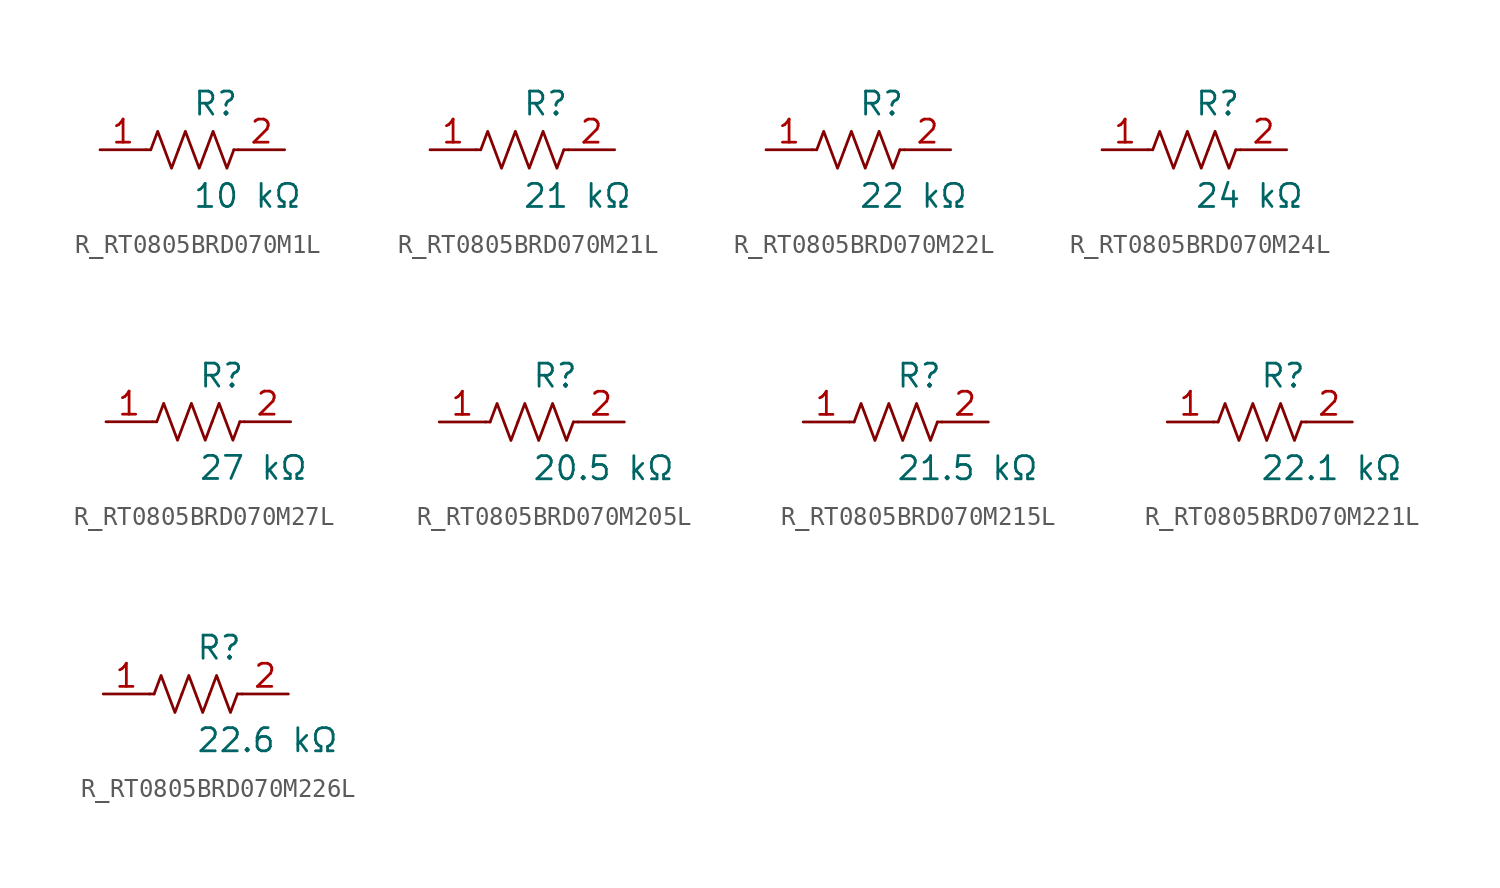
<source format=kicad_sym>
(kicad_symbol_lib
  (version 20231120)
  (generator kicad_symbol_editor)
  (generator_version 8.0)
  (symbol "R_RT0805BRD070M1L"
    (pin_names
      (offset 0.254))
    (property "Reference" "R"
      (at 0.0 2.54 0)
      (effects (font (size 1.27 1.27)) (justify left)))
    (property "Value" "10 kΩ"
      (at 0.0 -2.54 0)
      (effects (font (size 1.27 1.27)) (justify left)))
    (symbol "R_RT0805BRD070M1L_0_1"
      (polyline (pts (xy 2.286 0) (xy 2.54 0)) (stroke (width 0) (type default)) (fill (type none)))
      (polyline (pts (xy -2.286 0) (xy -2.54 0)) (stroke (width 0) (type default)) (fill (type none)))
      (polyline (pts (xy 0.762 0) (xy 1.143 1.016) (xy 1.524 0) (xy 1.905 -1.016) (xy 2.286 0)) (stroke (width 0) (type default)) (fill (type none)))
      (polyline (pts (xy -0.762 0) (xy -0.381 1.016) (xy 0 0) (xy 0.381 -1.016) (xy 0.762 0)) (stroke (width 0) (type default)) (fill (type none)))
      (polyline (pts (xy -2.286 0) (xy -1.905 1.016) (xy -1.524 0) (xy -1.143 -1.016) (xy -0.762 0)) (stroke (width 0) (type default)) (fill (type none))))
    (pin unspecified line
      (at -5.08 0 0)
      (length 2.54)
      (name "" (effects (font (size 1.27 1.27))))
      (number "1" (effects (font (size 1.27 1.27)))))
    (pin unspecified line
      (at 5.08 0 180)
      (length 2.54)
      (name "" (effects (font (size 1.27 1.27))))
      (number "2" (effects (font (size 1.27 1.27))))))
  (symbol "R_RT0805BRD070M21L"
    (pin_names
      (offset 0.254))
    (property "Reference" "R"
      (at 0.0 2.54 0)
      (effects (font (size 1.27 1.27)) (justify left)))
    (property "Value" "21 kΩ"
      (at 0.0 -2.54 0)
      (effects (font (size 1.27 1.27)) (justify left)))
    (symbol "R_RT0805BRD070M21L_0_1"
      (polyline (pts (xy 2.286 0) (xy 2.54 0)) (stroke (width 0) (type default)) (fill (type none)))
      (polyline (pts (xy -2.286 0) (xy -2.54 0)) (stroke (width 0) (type default)) (fill (type none)))
      (polyline (pts (xy 0.762 0) (xy 1.143 1.016) (xy 1.524 0) (xy 1.905 -1.016) (xy 2.286 0)) (stroke (width 0) (type default)) (fill (type none)))
      (polyline (pts (xy -0.762 0) (xy -0.381 1.016) (xy 0 0) (xy 0.381 -1.016) (xy 0.762 0)) (stroke (width 0) (type default)) (fill (type none)))
      (polyline (pts (xy -2.286 0) (xy -1.905 1.016) (xy -1.524 0) (xy -1.143 -1.016) (xy -0.762 0)) (stroke (width 0) (type default)) (fill (type none))))
    (pin unspecified line
      (at -5.08 0 0)
      (length 2.54)
      (name "" (effects (font (size 1.27 1.27))))
      (number "1" (effects (font (size 1.27 1.27)))))
    (pin unspecified line
      (at 5.08 0 180)
      (length 2.54)
      (name "" (effects (font (size 1.27 1.27))))
      (number "2" (effects (font (size 1.27 1.27))))))
  (symbol "R_RT0805BRD070M22L"
    (pin_names
      (offset 0.254))
    (property "Reference" "R"
      (at 0.0 2.54 0)
      (effects (font (size 1.27 1.27)) (justify left)))
    (property "Value" "22 kΩ"
      (at 0.0 -2.54 0)
      (effects (font (size 1.27 1.27)) (justify left)))
    (symbol "R_RT0805BRD070M22L_0_1"
      (polyline (pts (xy 2.286 0) (xy 2.54 0)) (stroke (width 0) (type default)) (fill (type none)))
      (polyline (pts (xy -2.286 0) (xy -2.54 0)) (stroke (width 0) (type default)) (fill (type none)))
      (polyline (pts (xy 0.762 0) (xy 1.143 1.016) (xy 1.524 0) (xy 1.905 -1.016) (xy 2.286 0)) (stroke (width 0) (type default)) (fill (type none)))
      (polyline (pts (xy -0.762 0) (xy -0.381 1.016) (xy 0 0) (xy 0.381 -1.016) (xy 0.762 0)) (stroke (width 0) (type default)) (fill (type none)))
      (polyline (pts (xy -2.286 0) (xy -1.905 1.016) (xy -1.524 0) (xy -1.143 -1.016) (xy -0.762 0)) (stroke (width 0) (type default)) (fill (type none))))
    (pin unspecified line
      (at -5.08 0 0)
      (length 2.54)
      (name "" (effects (font (size 1.27 1.27))))
      (number "1" (effects (font (size 1.27 1.27)))))
    (pin unspecified line
      (at 5.08 0 180)
      (length 2.54)
      (name "" (effects (font (size 1.27 1.27))))
      (number "2" (effects (font (size 1.27 1.27))))))
  (symbol "R_RT0805BRD070M24L"
    (pin_names
      (offset 0.254))
    (property "Reference" "R"
      (at 0.0 2.54 0)
      (effects (font (size 1.27 1.27)) (justify left)))
    (property "Value" "24 kΩ"
      (at 0.0 -2.54 0)
      (effects (font (size 1.27 1.27)) (justify left)))
    (symbol "R_RT0805BRD070M24L_0_1"
      (polyline (pts (xy 2.286 0) (xy 2.54 0)) (stroke (width 0) (type default)) (fill (type none)))
      (polyline (pts (xy -2.286 0) (xy -2.54 0)) (stroke (width 0) (type default)) (fill (type none)))
      (polyline (pts (xy 0.762 0) (xy 1.143 1.016) (xy 1.524 0) (xy 1.905 -1.016) (xy 2.286 0)) (stroke (width 0) (type default)) (fill (type none)))
      (polyline (pts (xy -0.762 0) (xy -0.381 1.016) (xy 0 0) (xy 0.381 -1.016) (xy 0.762 0)) (stroke (width 0) (type default)) (fill (type none)))
      (polyline (pts (xy -2.286 0) (xy -1.905 1.016) (xy -1.524 0) (xy -1.143 -1.016) (xy -0.762 0)) (stroke (width 0) (type default)) (fill (type none))))
    (pin unspecified line
      (at -5.08 0 0)
      (length 2.54)
      (name "" (effects (font (size 1.27 1.27))))
      (number "1" (effects (font (size 1.27 1.27)))))
    (pin unspecified line
      (at 5.08 0 180)
      (length 2.54)
      (name "" (effects (font (size 1.27 1.27))))
      (number "2" (effects (font (size 1.27 1.27))))))
  (symbol "R_RT0805BRD070M27L"
    (pin_names
      (offset 0.254))
    (property "Reference" "R"
      (at 0.0 2.54 0)
      (effects (font (size 1.27 1.27)) (justify left)))
    (property "Value" "27 kΩ"
      (at 0.0 -2.54 0)
      (effects (font (size 1.27 1.27)) (justify left)))
    (symbol "R_RT0805BRD070M27L_0_1"
      (polyline (pts (xy 2.286 0) (xy 2.54 0)) (stroke (width 0) (type default)) (fill (type none)))
      (polyline (pts (xy -2.286 0) (xy -2.54 0)) (stroke (width 0) (type default)) (fill (type none)))
      (polyline (pts (xy 0.762 0) (xy 1.143 1.016) (xy 1.524 0) (xy 1.905 -1.016) (xy 2.286 0)) (stroke (width 0) (type default)) (fill (type none)))
      (polyline (pts (xy -0.762 0) (xy -0.381 1.016) (xy 0 0) (xy 0.381 -1.016) (xy 0.762 0)) (stroke (width 0) (type default)) (fill (type none)))
      (polyline (pts (xy -2.286 0) (xy -1.905 1.016) (xy -1.524 0) (xy -1.143 -1.016) (xy -0.762 0)) (stroke (width 0) (type default)) (fill (type none))))
    (pin unspecified line
      (at -5.08 0 0)
      (length 2.54)
      (name "" (effects (font (size 1.27 1.27))))
      (number "1" (effects (font (size 1.27 1.27)))))
    (pin unspecified line
      (at 5.08 0 180)
      (length 2.54)
      (name "" (effects (font (size 1.27 1.27))))
      (number "2" (effects (font (size 1.27 1.27))))))
  (symbol "R_RT0805BRD070M205L"
    (pin_names
      (offset 0.254))
    (property "Reference" "R"
      (at 0.0 2.54 0)
      (effects (font (size 1.27 1.27)) (justify left)))
    (property "Value" "20.5 kΩ"
      (at 0.0 -2.54 0)
      (effects (font (size 1.27 1.27)) (justify left)))
    (symbol "R_RT0805BRD070M205L_0_1"
      (polyline (pts (xy 2.286 0) (xy 2.54 0)) (stroke (width 0) (type default)) (fill (type none)))
      (polyline (pts (xy -2.286 0) (xy -2.54 0)) (stroke (width 0) (type default)) (fill (type none)))
      (polyline (pts (xy 0.762 0) (xy 1.143 1.016) (xy 1.524 0) (xy 1.905 -1.016) (xy 2.286 0)) (stroke (width 0) (type default)) (fill (type none)))
      (polyline (pts (xy -0.762 0) (xy -0.381 1.016) (xy 0 0) (xy 0.381 -1.016) (xy 0.762 0)) (stroke (width 0) (type default)) (fill (type none)))
      (polyline (pts (xy -2.286 0) (xy -1.905 1.016) (xy -1.524 0) (xy -1.143 -1.016) (xy -0.762 0)) (stroke (width 0) (type default)) (fill (type none))))
    (pin unspecified line
      (at -5.08 0 0)
      (length 2.54)
      (name "" (effects (font (size 1.27 1.27))))
      (number "1" (effects (font (size 1.27 1.27)))))
    (pin unspecified line
      (at 5.08 0 180)
      (length 2.54)
      (name "" (effects (font (size 1.27 1.27))))
      (number "2" (effects (font (size 1.27 1.27))))))
  (symbol "R_RT0805BRD070M215L"
    (pin_names
      (offset 0.254))
    (property "Reference" "R"
      (at 0.0 2.54 0)
      (effects (font (size 1.27 1.27)) (justify left)))
    (property "Value" "21.5 kΩ"
      (at 0.0 -2.54 0)
      (effects (font (size 1.27 1.27)) (justify left)))
    (symbol "R_RT0805BRD070M215L_0_1"
      (polyline (pts (xy 2.286 0) (xy 2.54 0)) (stroke (width 0) (type default)) (fill (type none)))
      (polyline (pts (xy -2.286 0) (xy -2.54 0)) (stroke (width 0) (type default)) (fill (type none)))
      (polyline (pts (xy 0.762 0) (xy 1.143 1.016) (xy 1.524 0) (xy 1.905 -1.016) (xy 2.286 0)) (stroke (width 0) (type default)) (fill (type none)))
      (polyline (pts (xy -0.762 0) (xy -0.381 1.016) (xy 0 0) (xy 0.381 -1.016) (xy 0.762 0)) (stroke (width 0) (type default)) (fill (type none)))
      (polyline (pts (xy -2.286 0) (xy -1.905 1.016) (xy -1.524 0) (xy -1.143 -1.016) (xy -0.762 0)) (stroke (width 0) (type default)) (fill (type none))))
    (pin unspecified line
      (at -5.08 0 0)
      (length 2.54)
      (name "" (effects (font (size 1.27 1.27))))
      (number "1" (effects (font (size 1.27 1.27)))))
    (pin unspecified line
      (at 5.08 0 180)
      (length 2.54)
      (name "" (effects (font (size 1.27 1.27))))
      (number "2" (effects (font (size 1.27 1.27))))))
  (symbol "R_RT0805BRD070M221L"
    (pin_names
      (offset 0.254))
    (property "Reference" "R"
      (at 0.0 2.54 0)
      (effects (font (size 1.27 1.27)) (justify left)))
    (property "Value" "22.1 kΩ"
      (at 0.0 -2.54 0)
      (effects (font (size 1.27 1.27)) (justify left)))
    (symbol "R_RT0805BRD070M221L_0_1"
      (polyline (pts (xy 2.286 0) (xy 2.54 0)) (stroke (width 0) (type default)) (fill (type none)))
      (polyline (pts (xy -2.286 0) (xy -2.54 0)) (stroke (width 0) (type default)) (fill (type none)))
      (polyline (pts (xy 0.762 0) (xy 1.143 1.016) (xy 1.524 0) (xy 1.905 -1.016) (xy 2.286 0)) (stroke (width 0) (type default)) (fill (type none)))
      (polyline (pts (xy -0.762 0) (xy -0.381 1.016) (xy 0 0) (xy 0.381 -1.016) (xy 0.762 0)) (stroke (width 0) (type default)) (fill (type none)))
      (polyline (pts (xy -2.286 0) (xy -1.905 1.016) (xy -1.524 0) (xy -1.143 -1.016) (xy -0.762 0)) (stroke (width 0) (type default)) (fill (type none))))
    (pin unspecified line
      (at -5.08 0 0)
      (length 2.54)
      (name "" (effects (font (size 1.27 1.27))))
      (number "1" (effects (font (size 1.27 1.27)))))
    (pin unspecified line
      (at 5.08 0 180)
      (length 2.54)
      (name "" (effects (font (size 1.27 1.27))))
      (number "2" (effects (font (size 1.27 1.27))))))
  (symbol "R_RT0805BRD070M226L"
    (pin_names
      (offset 0.254))
    (property "Reference" "R"
      (at 0.0 2.54 0)
      (effects (font (size 1.27 1.27)) (justify left)))
    (property "Value" "22.6 kΩ"
      (at 0.0 -2.54 0)
      (effects (font (size 1.27 1.27)) (justify left)))
    (symbol "R_RT0805BRD070M226L_0_1"
      (polyline (pts (xy 2.286 0) (xy 2.54 0)) (stroke (width 0) (type default)) (fill (type none)))
      (polyline (pts (xy -2.286 0) (xy -2.54 0)) (stroke (width 0) (type default)) (fill (type none)))
      (polyline (pts (xy 0.762 0) (xy 1.143 1.016) (xy 1.524 0) (xy 1.905 -1.016) (xy 2.286 0)) (stroke (width 0) (type default)) (fill (type none)))
      (polyline (pts (xy -0.762 0) (xy -0.381 1.016) (xy 0 0) (xy 0.381 -1.016) (xy 0.762 0)) (stroke (width 0) (type default)) (fill (type none)))
      (polyline (pts (xy -2.286 0) (xy -1.905 1.016) (xy -1.524 0) (xy -1.143 -1.016) (xy -0.762 0)) (stroke (width 0) (type default)) (fill (type none))))
    (pin unspecified line
      (at -5.08 0 0)
      (length 2.54)
      (name "" (effects (font (size 1.27 1.27))))
      (number "1" (effects (font (size 1.27 1.27)))))
    (pin unspecified line
      (at 5.08 0 180)
      (length 2.54)
      (name "" (effects (font (size 1.27 1.27))))
      (number "2" (effects (font (size 1.27 1.27)))))))
</source>
